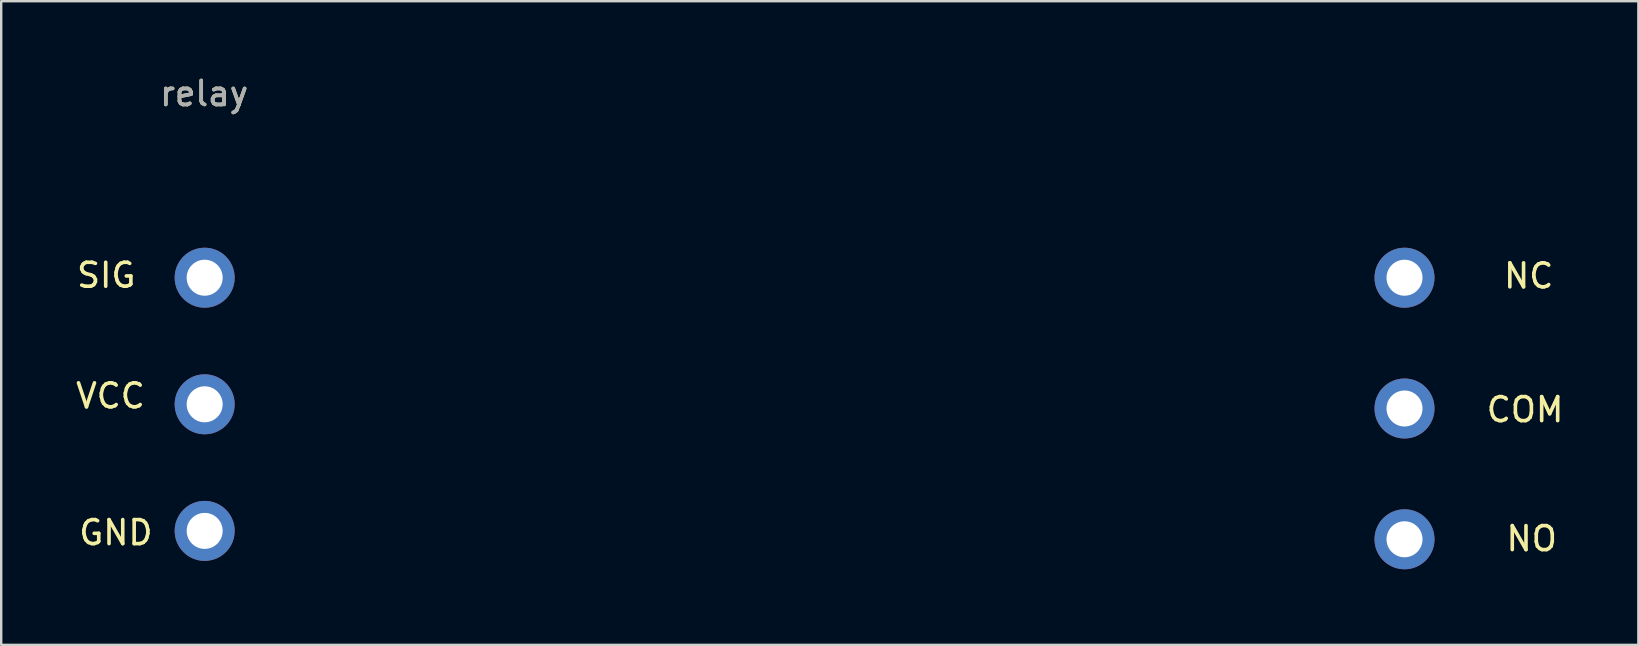
<source format=kicad_pcb>
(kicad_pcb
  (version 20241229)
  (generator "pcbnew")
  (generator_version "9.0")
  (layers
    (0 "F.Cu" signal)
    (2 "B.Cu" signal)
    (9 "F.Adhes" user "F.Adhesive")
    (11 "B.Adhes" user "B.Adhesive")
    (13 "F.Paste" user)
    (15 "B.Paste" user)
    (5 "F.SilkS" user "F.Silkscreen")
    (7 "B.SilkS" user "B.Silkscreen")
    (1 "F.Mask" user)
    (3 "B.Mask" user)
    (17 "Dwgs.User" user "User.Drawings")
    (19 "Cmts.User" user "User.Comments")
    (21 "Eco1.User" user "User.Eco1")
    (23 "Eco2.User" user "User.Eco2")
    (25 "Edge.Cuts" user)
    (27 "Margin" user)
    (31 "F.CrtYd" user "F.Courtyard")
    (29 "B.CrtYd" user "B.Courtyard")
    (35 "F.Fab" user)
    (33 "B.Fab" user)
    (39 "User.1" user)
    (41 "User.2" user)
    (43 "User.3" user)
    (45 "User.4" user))
  (footprint "relay"
    (layer "F.Cu")
    (at 5.479 20.573)
    (property "Reference" "relay" (at -0.025 -19.725 0) (unlocked yes) (layer "F.SilkS") (effects (font (size 1 1) (thickness 0.15))))
    (attr through_hole)
    (fp_text user "SIG" (at -4.1 -12.15 0) (unlocked yes) (layer "F.SilkS") (effects (font (size 1 1) (thickness 0.15))))
    (fp_text user "COM" (at 55.025 -6.55 0) (unlocked yes) (layer "F.SilkS") (effects (font (size 1 1) (thickness 0.15))))
    (fp_text user "NC" (at 55.175 -12.125 0) (unlocked yes) (layer "F.SilkS") (effects (font (size 1 1) (thickness 0.15))))
    (fp_text user "GND" (at -3.7 -1.425 0) (unlocked yes) (layer "F.SilkS") (effects (font (size 1 1) (thickness 0.15))))
    (fp_text user "NO" (at 55.3 -1.175 0) (unlocked yes) (layer "F.SilkS") (effects (font (size 1 1) (thickness 0.15))))
    (fp_text user "VCC" (at -3.925 -7.125 0) (unlocked yes) (layer "F.SilkS") (effects (font (size 1 1) (thickness 0.15))))
    (fp_text user "${REFERENCE}" (at -0.025 -19.725 0) (unlocked yes) (layer "F.Fab") (effects (font (size 1 1) (thickness 0.15))))
    (pad "1" thru_hole circle (at 0 -12.05) (size 2.5 2.5) (drill 1.5) (layers "*.Cu" "*.Mask"))
    (pad "2" thru_hole circle (at 0 -6.775) (size 2.5 2.5) (drill 1.5) (layers "*.Cu" "*.Mask"))
    (pad "3" thru_hole circle (at 0 -1.5) (size 2.5 2.5) (drill 1.5) (layers "*.Cu" "*.Mask"))
    (pad "4" thru_hole circle (at 50 -12.05) (size 2.5 2.5) (drill 1.5) (layers "*.Cu" "*.Mask"))
    (pad "5" thru_hole circle (at 50 -6.6) (size 2.5 2.5) (drill 1.5) (layers "*.Cu" "*.Mask"))
    (pad "6" thru_hole circle (at 50 -1.15) (size 2.5 2.5) (drill 1.5) (layers "*.Cu" "*.Mask")))
  (gr_rect
    (start -3 -3)
    (end 65.224 23.823)
    (stroke (width 0.1) (type default))
    (fill no)
    (layer "Edge.Cuts")))
</source>
